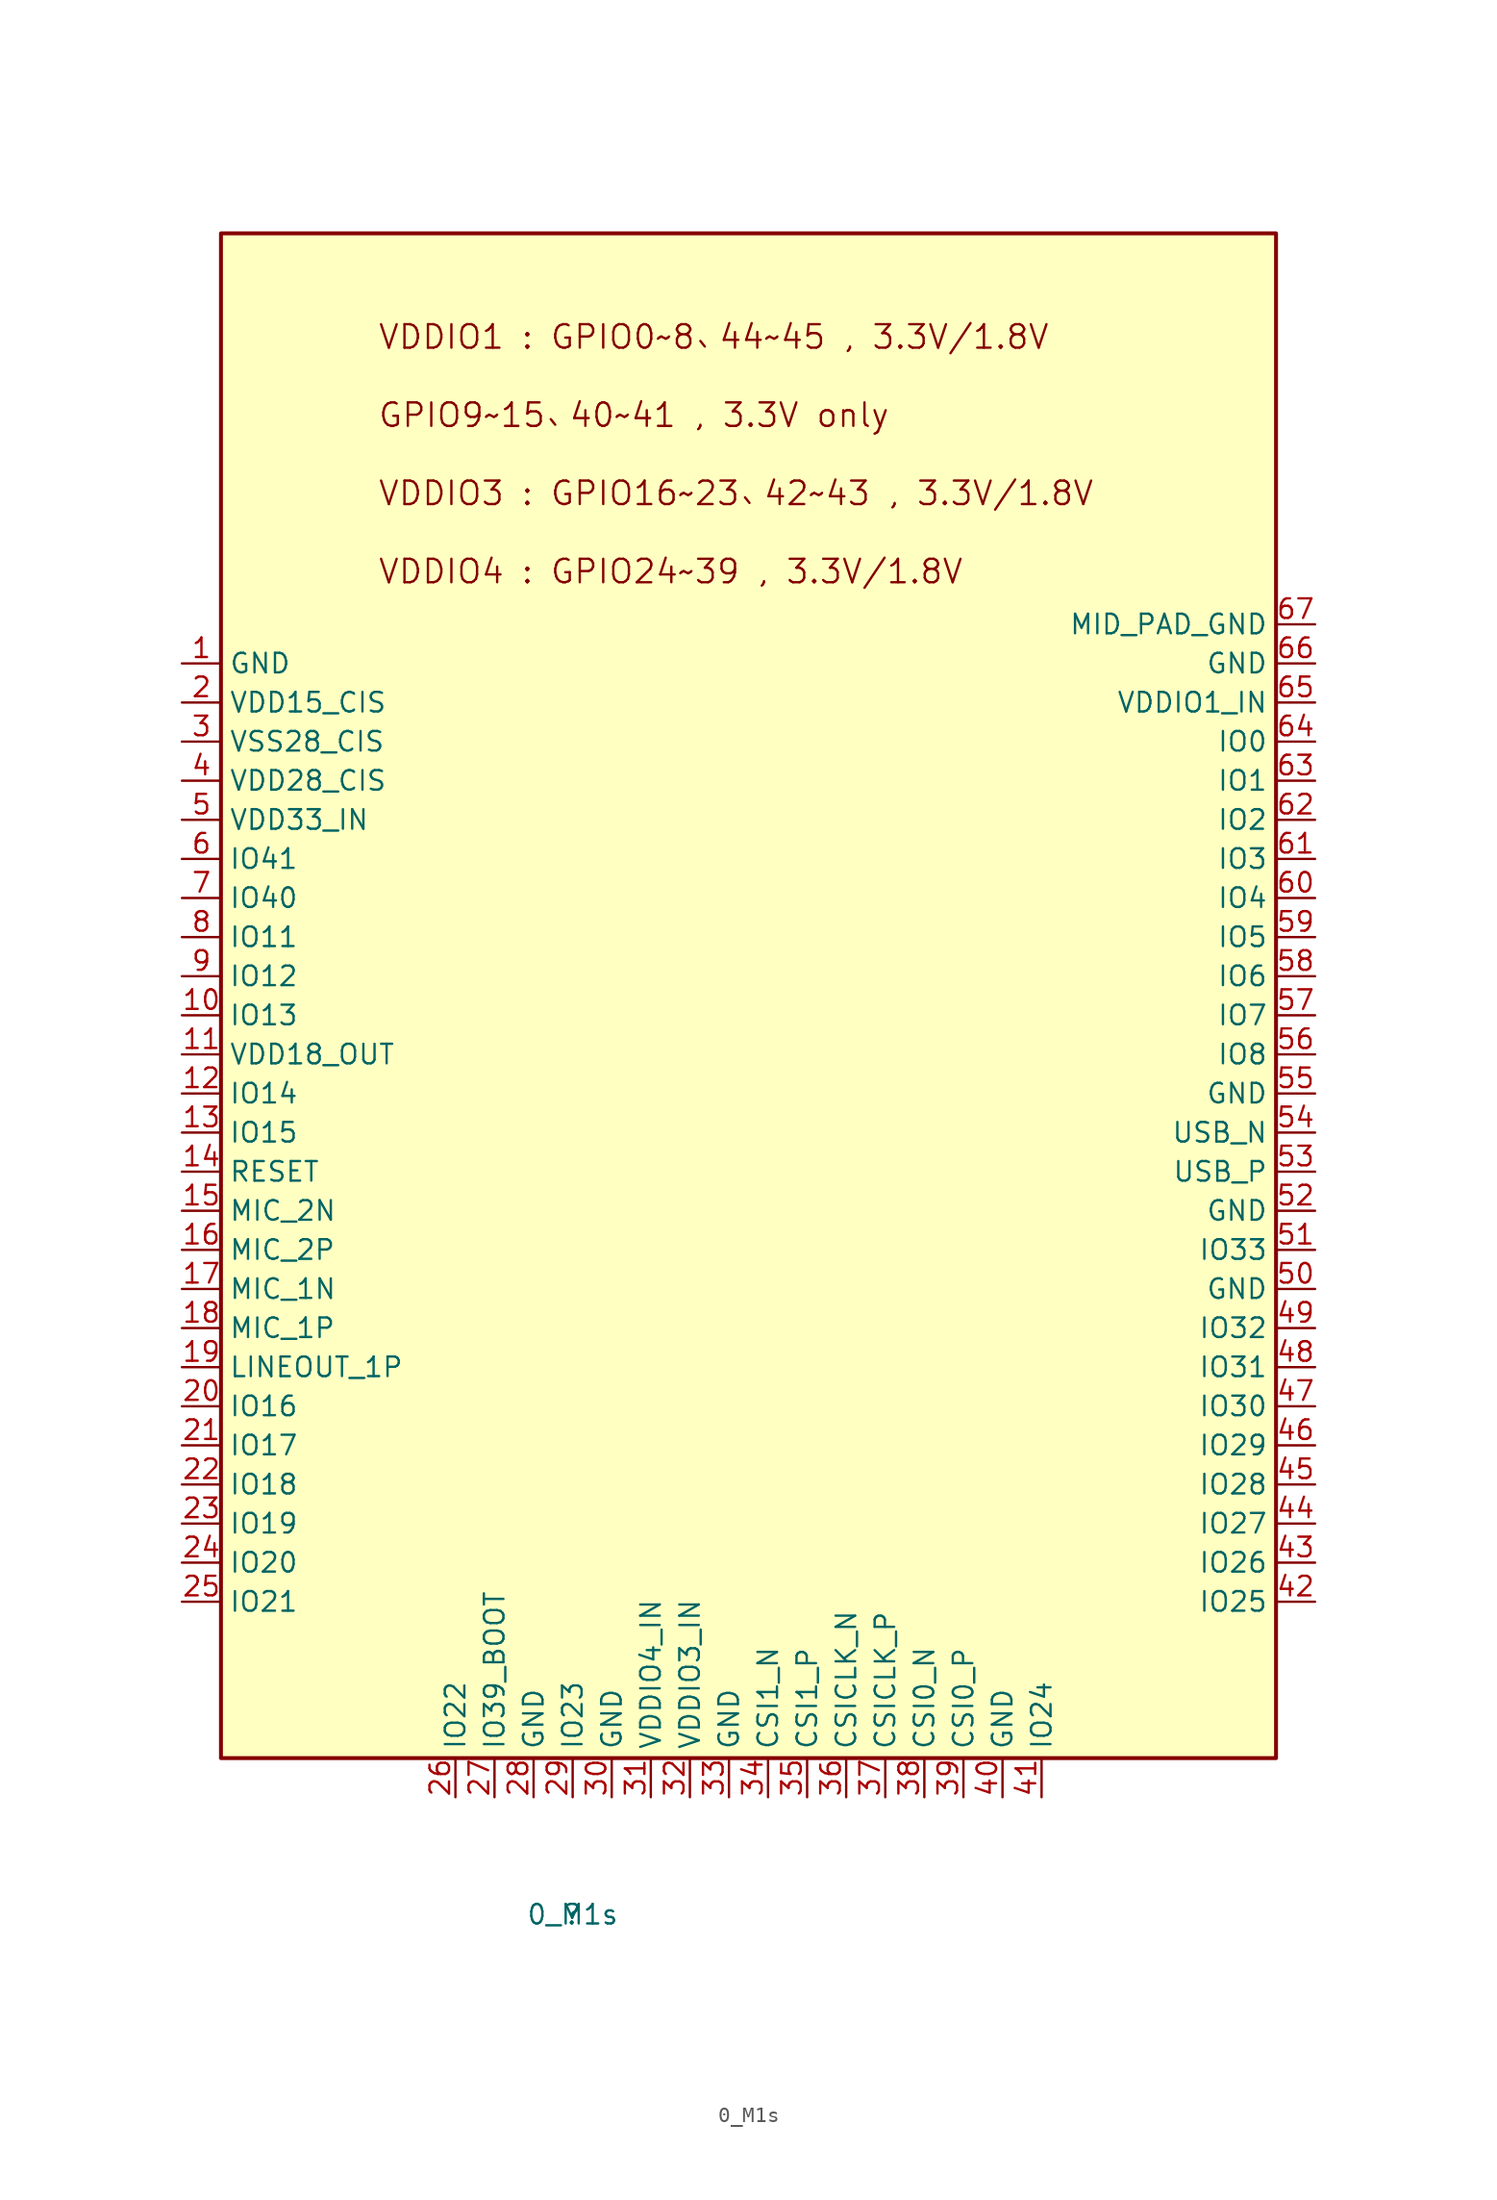
<source format=kicad_sym>
(kicad_symbol_lib
  (version 20211014)
  (generator kicad_symbol_editor)
  (symbol "0_M1s"
    (property "Reference" ""
      (at 0 0 0)
      (effects (font (size 1.27 1.27))))
    (property "Value" "0_M1s"
      (at 0 0 0)
      (effects (font (size 1.27 1.27))))
    (symbol "0_M1s_1_0"
      (rectangle (start 45.72 109.22) (end -22.86 10.16) (stroke (width 0.254) (type default) (color 0 0 0 0)) (fill (type background)))
      (text "GPIO9~15、40~41 , 3.3V only" (at -12.7 96.52 0) (effects (font (size 1.524 1.524)) (justify left bottom)))
      (text "VDDIO1 : GPIO0~8、44~45 , 3.3V/1.8V" (at -12.7 101.6 0) (effects (font (size 1.524 1.524)) (justify left bottom)))
      (text "VDDIO3 : GPIO16~23、42~43 , 3.3V/1.8V" (at -12.7 91.44 0) (effects (font (size 1.524 1.524)) (justify left bottom)))
      (text "VDDIO4 : GPIO24~39 , 3.3V/1.8V" (at -12.7 86.36 0) (effects (font (size 1.524 1.524)) (justify left bottom)))
      (pin passive line (at -25.4 81.28 0) (length 2.54) (name "GND" (effects (font (size 1.27 1.27)))) (number "1" (effects (font (size 1.27 1.27)))))
      (pin passive line (at -25.4 58.42 0) (length 2.54) (name "IO13" (effects (font (size 1.27 1.27)))) (number "10" (effects (font (size 1.27 1.27)))))
      (pin passive line (at -25.4 55.88 0) (length 2.54) (name "VDD18_OUT" (effects (font (size 1.27 1.27)))) (number "11" (effects (font (size 1.27 1.27)))))
      (pin passive line (at -25.4 53.34 0) (length 2.54) (name "IO14" (effects (font (size 1.27 1.27)))) (number "12" (effects (font (size 1.27 1.27)))))
      (pin passive line (at -25.4 50.8 0) (length 2.54) (name "IO15" (effects (font (size 1.27 1.27)))) (number "13" (effects (font (size 1.27 1.27)))))
      (pin passive line (at -25.4 48.26 0) (length 2.54) (name "RESET" (effects (font (size 1.27 1.27)))) (number "14" (effects (font (size 1.27 1.27)))))
      (pin passive line (at -25.4 45.72 0) (length 2.54) (name "MIC_2N" (effects (font (size 1.27 1.27)))) (number "15" (effects (font (size 1.27 1.27)))))
      (pin passive line (at -25.4 43.18 0) (length 2.54) (name "MIC_2P" (effects (font (size 1.27 1.27)))) (number "16" (effects (font (size 1.27 1.27)))))
      (pin passive line (at -25.4 40.64 0) (length 2.54) (name "MIC_1N" (effects (font (size 1.27 1.27)))) (number "17" (effects (font (size 1.27 1.27)))))
      (pin passive line (at -25.4 38.1 0) (length 2.54) (name "MIC_1P" (effects (font (size 1.27 1.27)))) (number "18" (effects (font (size 1.27 1.27)))))
      (pin passive line (at -25.4 35.56 0) (length 2.54) (name "LINEOUT_1P" (effects (font (size 1.27 1.27)))) (number "19" (effects (font (size 1.27 1.27)))))
      (pin passive line (at -25.4 78.74 0) (length 2.54) (name "VDD15_CIS" (effects (font (size 1.27 1.27)))) (number "2" (effects (font (size 1.27 1.27)))))
      (pin passive line (at -25.4 33.02 0) (length 2.54) (name "IO16" (effects (font (size 1.27 1.27)))) (number "20" (effects (font (size 1.27 1.27)))))
      (pin passive line (at -25.4 30.48 0) (length 2.54) (name "IO17" (effects (font (size 1.27 1.27)))) (number "21" (effects (font (size 1.27 1.27)))))
      (pin passive line (at -25.4 27.94 0) (length 2.54) (name "IO18" (effects (font (size 1.27 1.27)))) (number "22" (effects (font (size 1.27 1.27)))))
      (pin passive line (at -25.4 25.4 0) (length 2.54) (name "IO19" (effects (font (size 1.27 1.27)))) (number "23" (effects (font (size 1.27 1.27)))))
      (pin passive line (at -25.4 22.86 0) (length 2.54) (name "IO20" (effects (font (size 1.27 1.27)))) (number "24" (effects (font (size 1.27 1.27)))))
      (pin passive line (at -25.4 20.32 0) (length 2.54) (name "IO21" (effects (font (size 1.27 1.27)))) (number "25" (effects (font (size 1.27 1.27)))))
      (pin passive line (at -7.62 7.62 90) (length 2.54) (name "IO22" (effects (font (size 1.27 1.27)))) (number "26" (effects (font (size 1.27 1.27)))))
      (pin passive line (at -5.08 7.62 90) (length 2.54) (name "IO39_BOOT" (effects (font (size 1.27 1.27)))) (number "27" (effects (font (size 1.27 1.27)))))
      (pin passive line (at -2.54 7.62 90) (length 2.54) (name "GND" (effects (font (size 1.27 1.27)))) (number "28" (effects (font (size 1.27 1.27)))))
      (pin passive line (at 0 7.62 90) (length 2.54) (name "IO23" (effects (font (size 1.27 1.27)))) (number "29" (effects (font (size 1.27 1.27)))))
      (pin passive line (at -25.4 76.2 0) (length 2.54) (name "VSS28_CIS" (effects (font (size 1.27 1.27)))) (number "3" (effects (font (size 1.27 1.27)))))
      (pin passive line (at 2.54 7.62 90) (length 2.54) (name "GND" (effects (font (size 1.27 1.27)))) (number "30" (effects (font (size 1.27 1.27)))))
      (pin passive line (at 5.08 7.62 90) (length 2.54) (name "VDDIO4_IN" (effects (font (size 1.27 1.27)))) (number "31" (effects (font (size 1.27 1.27)))))
      (pin passive line (at 7.62 7.62 90) (length 2.54) (name "VDDIO3_IN" (effects (font (size 1.27 1.27)))) (number "32" (effects (font (size 1.27 1.27)))))
      (pin passive line (at 10.16 7.62 90) (length 2.54) (name "GND" (effects (font (size 1.27 1.27)))) (number "33" (effects (font (size 1.27 1.27)))))
      (pin passive line (at 12.7 7.62 90) (length 2.54) (name "CSI1_N" (effects (font (size 1.27 1.27)))) (number "34" (effects (font (size 1.27 1.27)))))
      (pin passive line (at 15.24 7.62 90) (length 2.54) (name "CSI1_P" (effects (font (size 1.27 1.27)))) (number "35" (effects (font (size 1.27 1.27)))))
      (pin passive line (at 17.78 7.62 90) (length 2.54) (name "CSICLK_N" (effects (font (size 1.27 1.27)))) (number "36" (effects (font (size 1.27 1.27)))))
      (pin passive line (at 20.32 7.62 90) (length 2.54) (name "CSICLK_P" (effects (font (size 1.27 1.27)))) (number "37" (effects (font (size 1.27 1.27)))))
      (pin passive line (at 22.86 7.62 90) (length 2.54) (name "CSI0_N" (effects (font (size 1.27 1.27)))) (number "38" (effects (font (size 1.27 1.27)))))
      (pin passive line (at 25.4 7.62 90) (length 2.54) (name "CSI0_P" (effects (font (size 1.27 1.27)))) (number "39" (effects (font (size 1.27 1.27)))))
      (pin passive line (at -25.4 73.66 0) (length 2.54) (name "VDD28_CIS" (effects (font (size 1.27 1.27)))) (number "4" (effects (font (size 1.27 1.27)))))
      (pin passive line (at 27.94 7.62 90) (length 2.54) (name "GND" (effects (font (size 1.27 1.27)))) (number "40" (effects (font (size 1.27 1.27)))))
      (pin passive line (at 30.48 7.62 90) (length 2.54) (name "IO24" (effects (font (size 1.27 1.27)))) (number "41" (effects (font (size 1.27 1.27)))))
      (pin passive line (at 48.26 20.32 180) (length 2.54) (name "IO25" (effects (font (size 1.27 1.27)))) (number "42" (effects (font (size 1.27 1.27)))))
      (pin passive line (at 48.26 22.86 180) (length 2.54) (name "IO26" (effects (font (size 1.27 1.27)))) (number "43" (effects (font (size 1.27 1.27)))))
      (pin passive line (at 48.26 25.4 180) (length 2.54) (name "IO27" (effects (font (size 1.27 1.27)))) (number "44" (effects (font (size 1.27 1.27)))))
      (pin passive line (at 48.26 27.94 180) (length 2.54) (name "IO28" (effects (font (size 1.27 1.27)))) (number "45" (effects (font (size 1.27 1.27)))))
      (pin passive line (at 48.26 30.48 180) (length 2.54) (name "IO29" (effects (font (size 1.27 1.27)))) (number "46" (effects (font (size 1.27 1.27)))))
      (pin passive line (at 48.26 33.02 180) (length 2.54) (name "IO30" (effects (font (size 1.27 1.27)))) (number "47" (effects (font (size 1.27 1.27)))))
      (pin passive line (at 48.26 35.56 180) (length 2.54) (name "IO31" (effects (font (size 1.27 1.27)))) (number "48" (effects (font (size 1.27 1.27)))))
      (pin passive line (at 48.26 38.1 180) (length 2.54) (name "IO32" (effects (font (size 1.27 1.27)))) (number "49" (effects (font (size 1.27 1.27)))))
      (pin passive line (at -25.4 71.12 0) (length 2.54) (name "VDD33_IN" (effects (font (size 1.27 1.27)))) (number "5" (effects (font (size 1.27 1.27)))))
      (pin passive line (at 48.26 40.64 180) (length 2.54) (name "GND" (effects (font (size 1.27 1.27)))) (number "50" (effects (font (size 1.27 1.27)))))
      (pin passive line (at 48.26 43.18 180) (length 2.54) (name "IO33" (effects (font (size 1.27 1.27)))) (number "51" (effects (font (size 1.27 1.27)))))
      (pin passive line (at 48.26 45.72 180) (length 2.54) (name "GND" (effects (font (size 1.27 1.27)))) (number "52" (effects (font (size 1.27 1.27)))))
      (pin passive line (at 48.26 48.26 180) (length 2.54) (name "USB_P" (effects (font (size 1.27 1.27)))) (number "53" (effects (font (size 1.27 1.27)))))
      (pin passive line (at 48.26 50.8 180) (length 2.54) (name "USB_N" (effects (font (size 1.27 1.27)))) (number "54" (effects (font (size 1.27 1.27)))))
      (pin passive line (at 48.26 53.34 180) (length 2.54) (name "GND" (effects (font (size 1.27 1.27)))) (number "55" (effects (font (size 1.27 1.27)))))
      (pin passive line (at 48.26 55.88 180) (length 2.54) (name "IO8" (effects (font (size 1.27 1.27)))) (number "56" (effects (font (size 1.27 1.27)))))
      (pin passive line (at 48.26 58.42 180) (length 2.54) (name "IO7" (effects (font (size 1.27 1.27)))) (number "57" (effects (font (size 1.27 1.27)))))
      (pin passive line (at 48.26 60.96 180) (length 2.54) (name "IO6" (effects (font (size 1.27 1.27)))) (number "58" (effects (font (size 1.27 1.27)))))
      (pin passive line (at 48.26 63.5 180) (length 2.54) (name "IO5" (effects (font (size 1.27 1.27)))) (number "59" (effects (font (size 1.27 1.27)))))
      (pin passive line (at -25.4 68.58 0) (length 2.54) (name "IO41" (effects (font (size 1.27 1.27)))) (number "6" (effects (font (size 1.27 1.27)))))
      (pin passive line (at 48.26 66.04 180) (length 2.54) (name "IO4" (effects (font (size 1.27 1.27)))) (number "60" (effects (font (size 1.27 1.27)))))
      (pin passive line (at 48.26 68.58 180) (length 2.54) (name "IO3" (effects (font (size 1.27 1.27)))) (number "61" (effects (font (size 1.27 1.27)))))
      (pin passive line (at 48.26 71.12 180) (length 2.54) (name "IO2" (effects (font (size 1.27 1.27)))) (number "62" (effects (font (size 1.27 1.27)))))
      (pin passive line (at 48.26 73.66 180) (length 2.54) (name "IO1" (effects (font (size 1.27 1.27)))) (number "63" (effects (font (size 1.27 1.27)))))
      (pin passive line (at 48.26 76.2 180) (length 2.54) (name "IO0" (effects (font (size 1.27 1.27)))) (number "64" (effects (font (size 1.27 1.27)))))
      (pin passive line (at 48.26 78.74 180) (length 2.54) (name "VDDIO1_IN" (effects (font (size 1.27 1.27)))) (number "65" (effects (font (size 1.27 1.27)))))
      (pin passive line (at 48.26 81.28 180) (length 2.54) (name "GND" (effects (font (size 1.27 1.27)))) (number "66" (effects (font (size 1.27 1.27)))))
      (pin passive line (at 48.26 83.82 180) (length 2.54) (name "MID_PAD_GND" (effects (font (size 1.27 1.27)))) (number "67" (effects (font (size 1.27 1.27)))))
      (pin passive line (at -25.4 66.04 0) (length 2.54) (name "IO40" (effects (font (size 1.27 1.27)))) (number "7" (effects (font (size 1.27 1.27)))))
      (pin passive line (at -25.4 63.5 0) (length 2.54) (name "IO11" (effects (font (size 1.27 1.27)))) (number "8" (effects (font (size 1.27 1.27)))))
      (pin passive line (at -25.4 60.96 0) (length 2.54) (name "IO12" (effects (font (size 1.27 1.27)))) (number "9" (effects (font (size 1.27 1.27))))))))
</source>
